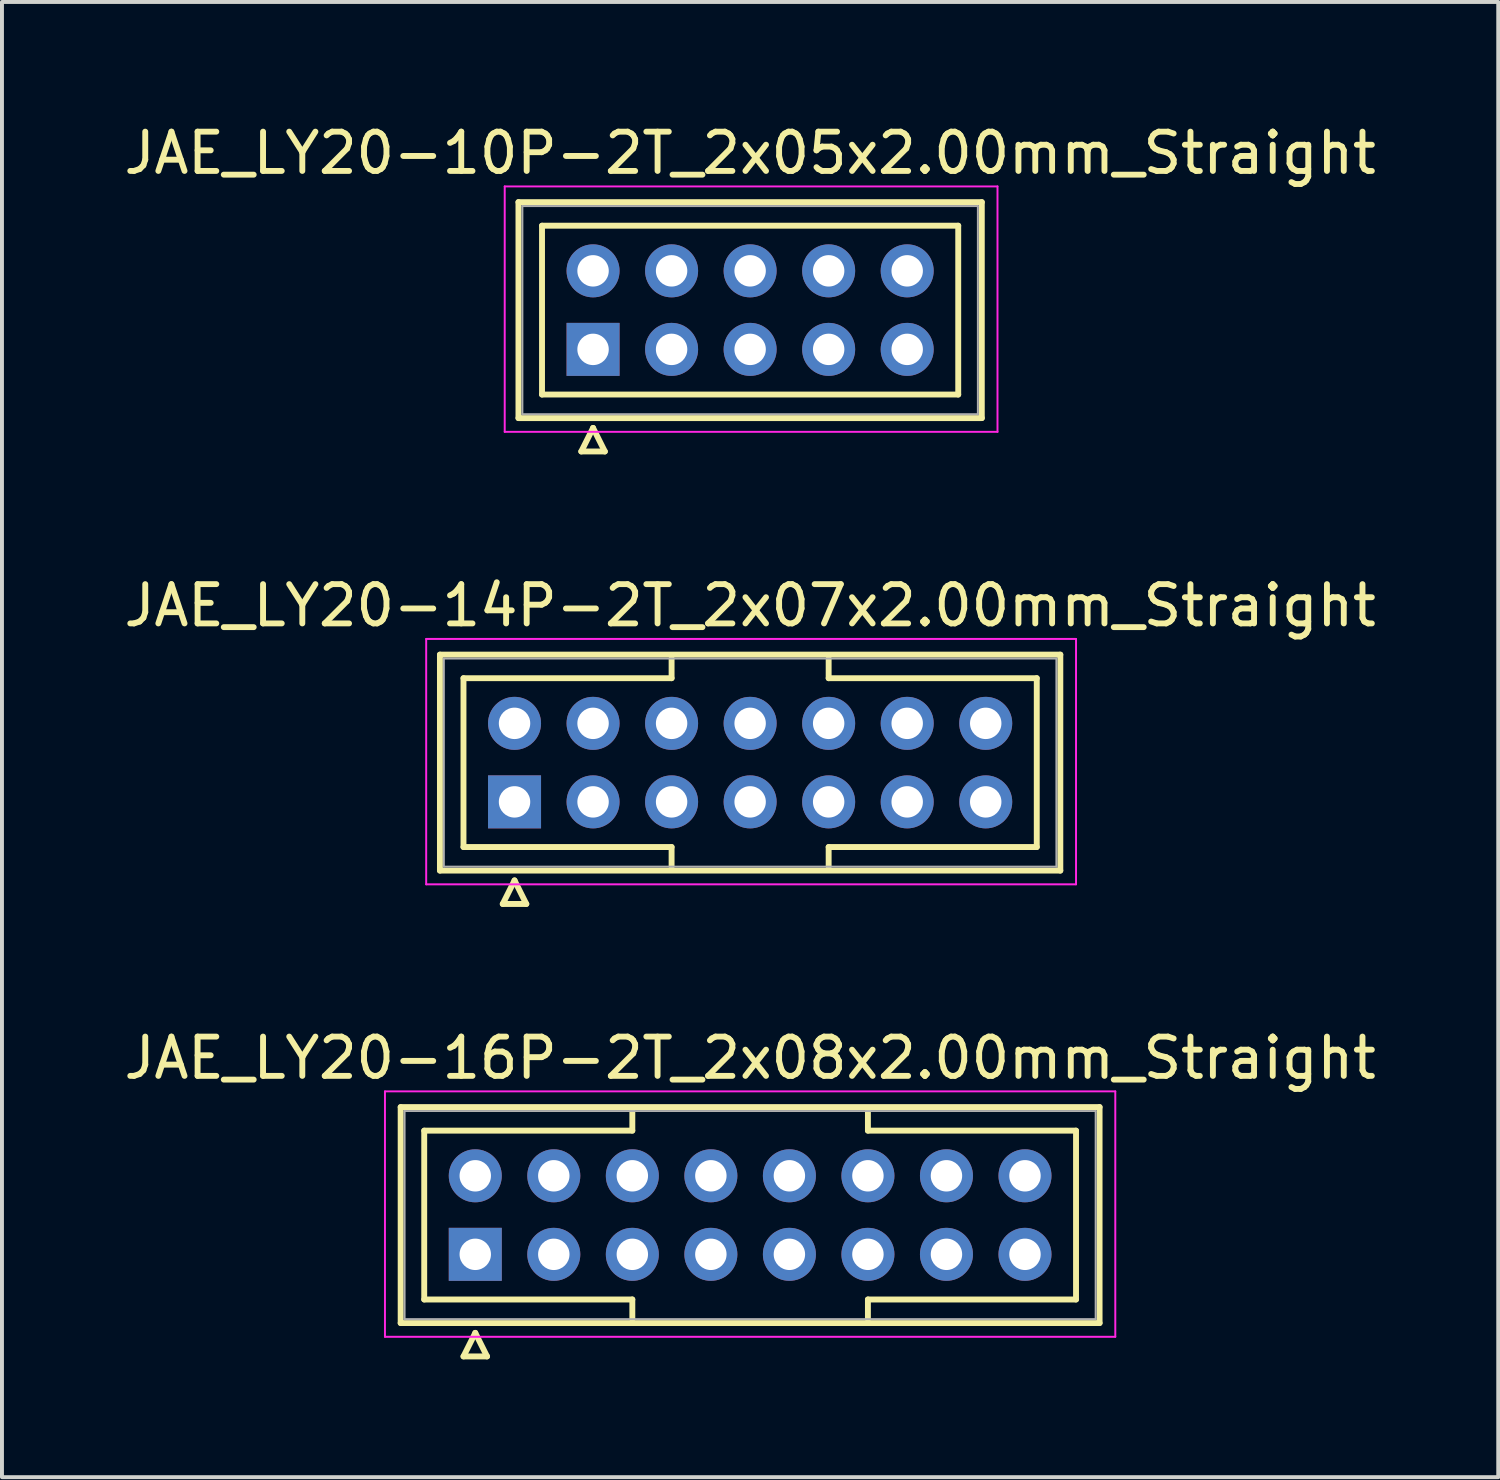
<source format=kicad_pcb>
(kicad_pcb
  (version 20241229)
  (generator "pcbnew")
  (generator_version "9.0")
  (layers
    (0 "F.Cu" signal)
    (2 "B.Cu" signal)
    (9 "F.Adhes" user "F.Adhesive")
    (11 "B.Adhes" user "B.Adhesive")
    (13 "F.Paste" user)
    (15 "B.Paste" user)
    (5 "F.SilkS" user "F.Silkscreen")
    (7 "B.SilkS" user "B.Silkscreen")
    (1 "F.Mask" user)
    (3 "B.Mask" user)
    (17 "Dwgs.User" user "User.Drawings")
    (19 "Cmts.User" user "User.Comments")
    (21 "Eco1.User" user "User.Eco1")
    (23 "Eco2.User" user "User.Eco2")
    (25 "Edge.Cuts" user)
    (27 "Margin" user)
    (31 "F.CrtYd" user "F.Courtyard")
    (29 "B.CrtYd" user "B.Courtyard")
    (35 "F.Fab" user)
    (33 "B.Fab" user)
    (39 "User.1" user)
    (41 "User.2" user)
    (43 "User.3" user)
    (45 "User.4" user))
  (footprint "JAE_LY20-10P-2T_2x05x2.00mm_Straight"
    (layer "F.Cu")
    (at 12.054 5.848)
    (property "Reference" "JAE_LY20-10P-2T_2x05x2.00mm_Straight" (at 4 -5 0) (layer "F.SilkS") (effects (font (size 1 1) (thickness 0.15))))
    (attr through_hole)
    (fp_line (start -1.9 -3.75) (end -1.9 1.75) (stroke (width 0.15) (type solid)) (layer "F.SilkS"))
    (fp_line (start -1.9 1.75) (end 9.9 1.75) (stroke (width 0.15) (type solid)) (layer "F.SilkS"))
    (fp_line (start -1.3 -3.15) (end -1.3 1.15) (stroke (width 0.15) (type solid)) (layer "F.SilkS"))
    (fp_line (start -1.3 1.15) (end 9.3 1.15) (stroke (width 0.15) (type solid)) (layer "F.SilkS"))
    (fp_line (start -0.3 2.6) (end 0.3 2.6) (stroke (width 0.15) (type solid)) (layer "F.SilkS"))
    (fp_line (start 0 2) (end -0.3 2.6) (stroke (width 0.15) (type solid)) (layer "F.SilkS"))
    (fp_line (start 0.3 2.6) (end 0 2) (stroke (width 0.15) (type solid)) (layer "F.SilkS"))
    (fp_line (start 9.3 -3.15) (end -1.3 -3.15) (stroke (width 0.15) (type solid)) (layer "F.SilkS"))
    (fp_line (start 9.3 1.15) (end 9.3 -3.15) (stroke (width 0.15) (type solid)) (layer "F.SilkS"))
    (fp_line (start 9.9 -3.75) (end -1.9 -3.75) (stroke (width 0.15) (type solid)) (layer "F.SilkS"))
    (fp_line (start 9.9 1.75) (end 9.9 -3.75) (stroke (width 0.15) (type solid)) (layer "F.SilkS"))
    (fp_line (start -2.25 -4.15) (end -2.25 2.1) (stroke (width 0.05) (type solid)) (layer "F.CrtYd"))
    (fp_line (start -2.25 2.1) (end 10.3 2.1) (stroke (width 0.05) (type solid)) (layer "F.CrtYd"))
    (fp_line (start 10.3 -4.15) (end -2.25 -4.15) (stroke (width 0.05) (type solid)) (layer "F.CrtYd"))
    (fp_line (start 10.3 2.1) (end 10.3 -4.15) (stroke (width 0.05) (type solid)) (layer "F.CrtYd"))
    (fp_line (start -1.8 -3.65) (end -1.8 1.65) (stroke (width 0.05) (type solid)) (layer "F.Fab"))
    (fp_line (start -1.8 1.65) (end 9.8 1.65) (stroke (width 0.05) (type solid)) (layer "F.Fab"))
    (fp_line (start 9.8 -3.65) (end -1.8 -3.65) (stroke (width 0.05) (type solid)) (layer "F.Fab"))
    (fp_line (start 9.8 1.65) (end 9.8 -3.65) (stroke (width 0.05) (type solid)) (layer "F.Fab"))
    (pad "1" thru_hole rect (at 0 0) (size 1.35 1.35) (drill 0.8) (layers "*.Cu" "*.Mask"))
    (pad "2" thru_hole circle (at 2 0) (size 1.35 1.35) (drill 0.8) (layers "*.Cu" "*.Mask"))
    (pad "3" thru_hole circle (at 4 0) (size 1.35 1.35) (drill 0.8) (layers "*.Cu" "*.Mask"))
    (pad "4" thru_hole circle (at 6 0) (size 1.35 1.35) (drill 0.8) (layers "*.Cu" "*.Mask"))
    (pad "5" thru_hole circle (at 8 0) (size 1.35 1.35) (drill 0.8) (layers "*.Cu" "*.Mask"))
    (pad "6" thru_hole circle (at 0 -2) (size 1.35 1.35) (drill 0.8) (layers "*.Cu" "*.Mask"))
    (pad "7" thru_hole circle (at 2 -2) (size 1.35 1.35) (drill 0.8) (layers "*.Cu" "*.Mask"))
    (pad "8" thru_hole circle (at 4 -2) (size 1.35 1.35) (drill 0.8) (layers "*.Cu" "*.Mask"))
    (pad "9" thru_hole circle (at 6 -2) (size 1.35 1.35) (drill 0.8) (layers "*.Cu" "*.Mask"))
    (pad "10" thru_hole circle (at 8 -2) (size 1.35 1.35) (drill 0.8) (layers "*.Cu" "*.Mask")))
  (footprint "JAE_LY20-16P-2T_2x08x2.00mm_Straight"
    (layer "F.Cu")
    (at 9.054 28.895)
    (property "Reference" "JAE_LY20-16P-2T_2x08x2.00mm_Straight" (at 7 -5 0) (layer "F.SilkS") (effects (font (size 1 1) (thickness 0.15))))
    (attr through_hole)
    (fp_line (start -1.9 -3.75) (end -1.9 1.75) (stroke (width 0.15) (type solid)) (layer "F.SilkS"))
    (fp_line (start -1.9 1.75) (end 15.9 1.75) (stroke (width 0.15) (type solid)) (layer "F.SilkS"))
    (fp_line (start -1.3 -3.15) (end 4 -3.15) (stroke (width 0.15) (type solid)) (layer "F.SilkS"))
    (fp_line (start -1.3 1.15) (end -1.3 -3.15) (stroke (width 0.15) (type solid)) (layer "F.SilkS"))
    (fp_line (start -0.3 2.6) (end 0.3 2.6) (stroke (width 0.15) (type solid)) (layer "F.SilkS"))
    (fp_line (start 0 2) (end -0.3 2.6) (stroke (width 0.15) (type solid)) (layer "F.SilkS"))
    (fp_line (start 0.3 2.6) (end 0 2) (stroke (width 0.15) (type solid)) (layer "F.SilkS"))
    (fp_line (start 4 -3.15) (end 4 -3.65) (stroke (width 0.15) (type solid)) (layer "F.SilkS"))
    (fp_line (start 4 1.15) (end -1.3 1.15) (stroke (width 0.15) (type solid)) (layer "F.SilkS"))
    (fp_line (start 4 1.65) (end 4 1.15) (stroke (width 0.15) (type solid)) (layer "F.SilkS"))
    (fp_line (start 10 -3.15) (end 10 -3.65) (stroke (width 0.15) (type solid)) (layer "F.SilkS"))
    (fp_line (start 10 1.15) (end 15.3 1.15) (stroke (width 0.15) (type solid)) (layer "F.SilkS"))
    (fp_line (start 10 1.65) (end 10 1.15) (stroke (width 0.15) (type solid)) (layer "F.SilkS"))
    (fp_line (start 15.3 -3.15) (end 10 -3.15) (stroke (width 0.15) (type solid)) (layer "F.SilkS"))
    (fp_line (start 15.3 1.15) (end 15.3 -3.15) (stroke (width 0.15) (type solid)) (layer "F.SilkS"))
    (fp_line (start 15.9 -3.75) (end -1.9 -3.75) (stroke (width 0.15) (type solid)) (layer "F.SilkS"))
    (fp_line (start 15.9 1.75) (end 15.9 -3.75) (stroke (width 0.15) (type solid)) (layer "F.SilkS"))
    (fp_line (start -2.3 -4.15) (end -2.3 2.1) (stroke (width 0.05) (type solid)) (layer "F.CrtYd"))
    (fp_line (start -2.3 2.1) (end 16.3 2.1) (stroke (width 0.05) (type solid)) (layer "F.CrtYd"))
    (fp_line (start 16.3 -4.15) (end -2.3 -4.15) (stroke (width 0.05) (type solid)) (layer "F.CrtYd"))
    (fp_line (start 16.3 2.1) (end 16.3 -4.15) (stroke (width 0.05) (type solid)) (layer "F.CrtYd"))
    (fp_line (start -1.8 -3.65) (end -1.8 1.65) (stroke (width 0.05) (type solid)) (layer "F.Fab"))
    (fp_line (start -1.8 1.65) (end 15.8 1.65) (stroke (width 0.05) (type solid)) (layer "F.Fab"))
    (fp_line (start 15.8 -3.65) (end -1.8 -3.65) (stroke (width 0.05) (type solid)) (layer "F.Fab"))
    (fp_line (start 15.8 1.65) (end 15.8 -3.65) (stroke (width 0.05) (type solid)) (layer "F.Fab"))
    (pad "1" thru_hole rect (at 0 0) (size 1.35 1.35) (drill 0.8) (layers "*.Cu" "*.Mask"))
    (pad "2" thru_hole circle (at 2 0) (size 1.35 1.35) (drill 0.8) (layers "*.Cu" "*.Mask"))
    (pad "3" thru_hole circle (at 4 0) (size 1.35 1.35) (drill 0.8) (layers "*.Cu" "*.Mask"))
    (pad "4" thru_hole circle (at 6 0) (size 1.35 1.35) (drill 0.8) (layers "*.Cu" "*.Mask"))
    (pad "5" thru_hole circle (at 8 0) (size 1.35 1.35) (drill 0.8) (layers "*.Cu" "*.Mask"))
    (pad "6" thru_hole circle (at 10 0) (size 1.35 1.35) (drill 0.8) (layers "*.Cu" "*.Mask"))
    (pad "7" thru_hole circle (at 12 0) (size 1.35 1.35) (drill 0.8) (layers "*.Cu" "*.Mask"))
    (pad "8" thru_hole circle (at 14 0) (size 1.35 1.35) (drill 0.8) (layers "*.Cu" "*.Mask"))
    (pad "9" thru_hole circle (at 0 -2) (size 1.35 1.35) (drill 0.8) (layers "*.Cu" "*.Mask"))
    (pad "10" thru_hole circle (at 2 -2) (size 1.35 1.35) (drill 0.8) (layers "*.Cu" "*.Mask"))
    (pad "11" thru_hole circle (at 4 -2) (size 1.35 1.35) (drill 0.8) (layers "*.Cu" "*.Mask"))
    (pad "12" thru_hole circle (at 6 -2) (size 1.35 1.35) (drill 0.8) (layers "*.Cu" "*.Mask"))
    (pad "13" thru_hole circle (at 8 -2) (size 1.35 1.35) (drill 0.8) (layers "*.Cu" "*.Mask"))
    (pad "14" thru_hole circle (at 10 -2) (size 1.35 1.35) (drill 0.8) (layers "*.Cu" "*.Mask"))
    (pad "15" thru_hole circle (at 12 -2) (size 1.35 1.35) (drill 0.8) (layers "*.Cu" "*.Mask"))
    (pad "16" thru_hole circle (at 14 -2) (size 1.35 1.35) (drill 0.8) (layers "*.Cu" "*.Mask")))
  (footprint "JAE_LY20-14P-2T_2x07x2.00mm_Straight"
    (layer "F.Cu")
    (at 10.054 17.372)
    (property "Reference" "JAE_LY20-14P-2T_2x07x2.00mm_Straight" (at 6 -5 0) (layer "F.SilkS") (effects (font (size 1 1) (thickness 0.15))))
    (attr through_hole)
    (fp_line (start -1.9 -3.75) (end -1.9 1.75) (stroke (width 0.15) (type solid)) (layer "F.SilkS"))
    (fp_line (start -1.9 1.75) (end 13.9 1.75) (stroke (width 0.15) (type solid)) (layer "F.SilkS"))
    (fp_line (start -1.3 -3.15) (end 4 -3.15) (stroke (width 0.15) (type solid)) (layer "F.SilkS"))
    (fp_line (start -1.3 1.15) (end -1.3 -3.15) (stroke (width 0.15) (type solid)) (layer "F.SilkS"))
    (fp_line (start -0.3 2.6) (end 0.3 2.6) (stroke (width 0.15) (type solid)) (layer "F.SilkS"))
    (fp_line (start 0 2) (end -0.3 2.6) (stroke (width 0.15) (type solid)) (layer "F.SilkS"))
    (fp_line (start 0.3 2.6) (end 0 2) (stroke (width 0.15) (type solid)) (layer "F.SilkS"))
    (fp_line (start 4 -3.15) (end 4 -3.65) (stroke (width 0.15) (type solid)) (layer "F.SilkS"))
    (fp_line (start 4 1.15) (end -1.3 1.15) (stroke (width 0.15) (type solid)) (layer "F.SilkS"))
    (fp_line (start 4 1.65) (end 4 1.15) (stroke (width 0.15) (type solid)) (layer "F.SilkS"))
    (fp_line (start 8 -3.15) (end 8 -3.65) (stroke (width 0.15) (type solid)) (layer "F.SilkS"))
    (fp_line (start 8 1.15) (end 13.3 1.15) (stroke (width 0.15) (type solid)) (layer "F.SilkS"))
    (fp_line (start 8 1.65) (end 8 1.15) (stroke (width 0.15) (type solid)) (layer "F.SilkS"))
    (fp_line (start 13.3 -3.15) (end 8 -3.15) (stroke (width 0.15) (type solid)) (layer "F.SilkS"))
    (fp_line (start 13.3 1.15) (end 13.3 -3.15) (stroke (width 0.15) (type solid)) (layer "F.SilkS"))
    (fp_line (start 13.9 -3.75) (end -1.9 -3.75) (stroke (width 0.15) (type solid)) (layer "F.SilkS"))
    (fp_line (start 13.9 1.75) (end 13.9 -3.75) (stroke (width 0.15) (type solid)) (layer "F.SilkS"))
    (fp_line (start -2.25 -4.15) (end -2.25 2.1) (stroke (width 0.05) (type solid)) (layer "F.CrtYd"))
    (fp_line (start -2.25 2.1) (end 14.3 2.1) (stroke (width 0.05) (type solid)) (layer "F.CrtYd"))
    (fp_line (start 14.3 -4.15) (end -2.25 -4.15) (stroke (width 0.05) (type solid)) (layer "F.CrtYd"))
    (fp_line (start 14.3 2.1) (end 14.3 -4.15) (stroke (width 0.05) (type solid)) (layer "F.CrtYd"))
    (fp_line (start -1.8 -3.65) (end -1.8 1.65) (stroke (width 0.05) (type solid)) (layer "F.Fab"))
    (fp_line (start -1.8 1.65) (end 13.8 1.65) (stroke (width 0.05) (type solid)) (layer "F.Fab"))
    (fp_line (start 13.8 -3.65) (end -1.8 -3.65) (stroke (width 0.05) (type solid)) (layer "F.Fab"))
    (fp_line (start 13.8 1.65) (end 13.8 -3.65) (stroke (width 0.05) (type solid)) (layer "F.Fab"))
    (pad "1" thru_hole rect (at 0 0) (size 1.35 1.35) (drill 0.8) (layers "*.Cu" "*.Mask"))
    (pad "2" thru_hole circle (at 2 0) (size 1.35 1.35) (drill 0.8) (layers "*.Cu" "*.Mask"))
    (pad "3" thru_hole circle (at 4 0) (size 1.35 1.35) (drill 0.8) (layers "*.Cu" "*.Mask"))
    (pad "4" thru_hole circle (at 6 0) (size 1.35 1.35) (drill 0.8) (layers "*.Cu" "*.Mask"))
    (pad "5" thru_hole circle (at 8 0) (size 1.35 1.35) (drill 0.8) (layers "*.Cu" "*.Mask"))
    (pad "6" thru_hole circle (at 10 0) (size 1.35 1.35) (drill 0.8) (layers "*.Cu" "*.Mask"))
    (pad "7" thru_hole circle (at 12 0) (size 1.35 1.35) (drill 0.8) (layers "*.Cu" "*.Mask"))
    (pad "8" thru_hole circle (at 0 -2) (size 1.35 1.35) (drill 0.8) (layers "*.Cu" "*.Mask"))
    (pad "9" thru_hole circle (at 2 -2) (size 1.35 1.35) (drill 0.8) (layers "*.Cu" "*.Mask"))
    (pad "10" thru_hole circle (at 4 -2) (size 1.35 1.35) (drill 0.8) (layers "*.Cu" "*.Mask"))
    (pad "11" thru_hole circle (at 6 -2) (size 1.35 1.35) (drill 0.8) (layers "*.Cu" "*.Mask"))
    (pad "12" thru_hole circle (at 8 -2) (size 1.35 1.35) (drill 0.8) (layers "*.Cu" "*.Mask"))
    (pad "13" thru_hole circle (at 10 -2) (size 1.35 1.35) (drill 0.8) (layers "*.Cu" "*.Mask"))
    (pad "14" thru_hole circle (at 12 -2) (size 1.35 1.35) (drill 0.8) (layers "*.Cu" "*.Mask")))
  (gr_rect
    (start -3 -3)
    (end 35.107 34.57)
    (stroke (width 0.1) (type default))
    (fill no)
    (layer "Edge.Cuts")))
</source>
